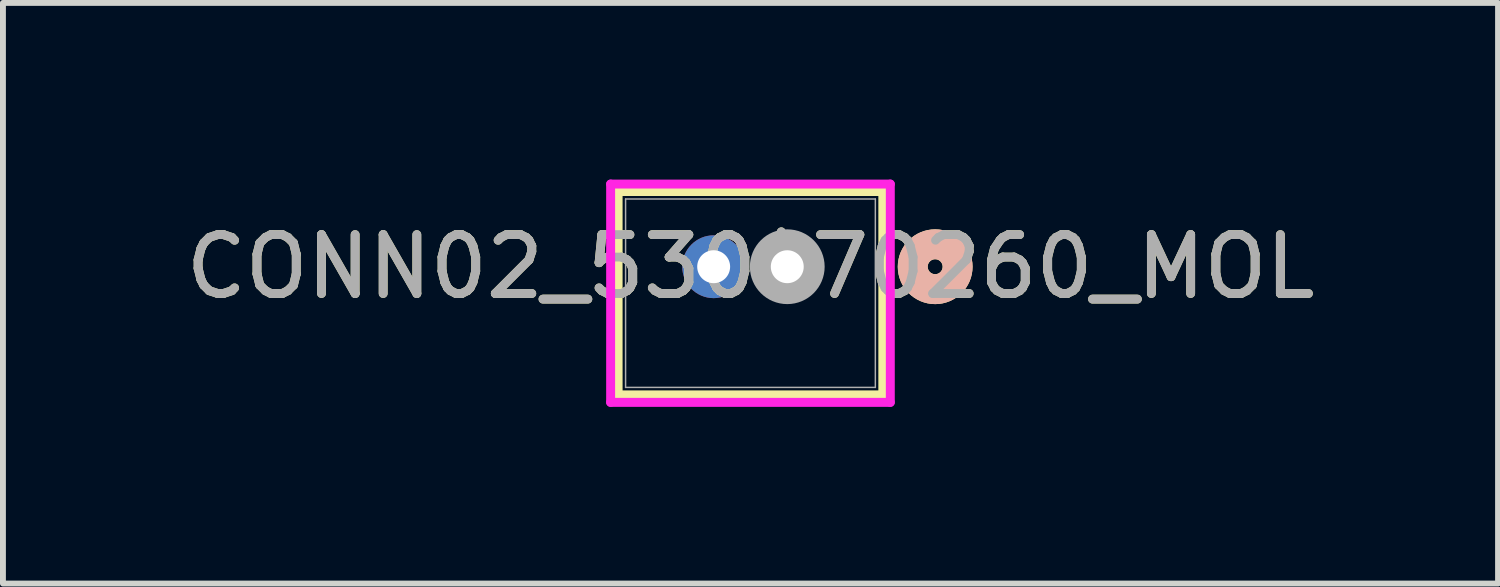
<source format=kicad_pcb>
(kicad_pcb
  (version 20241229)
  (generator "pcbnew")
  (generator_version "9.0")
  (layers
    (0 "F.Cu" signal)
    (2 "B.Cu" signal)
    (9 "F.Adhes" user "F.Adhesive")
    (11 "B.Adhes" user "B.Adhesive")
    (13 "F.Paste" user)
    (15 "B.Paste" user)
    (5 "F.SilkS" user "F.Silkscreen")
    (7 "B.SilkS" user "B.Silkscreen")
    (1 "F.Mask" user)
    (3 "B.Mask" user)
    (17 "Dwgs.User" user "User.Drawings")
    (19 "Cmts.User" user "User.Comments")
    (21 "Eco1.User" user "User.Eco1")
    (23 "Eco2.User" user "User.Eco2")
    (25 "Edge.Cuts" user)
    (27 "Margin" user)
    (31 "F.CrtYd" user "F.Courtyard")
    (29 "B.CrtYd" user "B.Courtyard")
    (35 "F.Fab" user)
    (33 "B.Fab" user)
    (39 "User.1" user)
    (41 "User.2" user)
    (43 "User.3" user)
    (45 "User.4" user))
  (footprint "CONN02_530470260_MOL"
    (layer "F.Cu")
    (at 10.321 1.48)
    (property "Reference" "CONN02_530470260_MOL" (at -0.625 0 0) (unlocked yes) (layer "F.SilkS") (effects (font (size 1 1) (thickness 0.15))))
    (attr through_hole)
    (fp_line (start -2.873 -1.277) (end -2.873 2.177) (stroke (width 0.152) (type solid)) (layer "F.SilkS"))
    (fp_line (start -2.873 2.177) (end 1.623 2.177) (stroke (width 0.152) (type solid)) (layer "F.SilkS"))
    (fp_line (start 1.623 -1.277) (end -2.873 -1.277) (stroke (width 0.152) (type solid)) (layer "F.SilkS"))
    (fp_line (start 1.623 2.177) (end 1.623 -1.277) (stroke (width 0.152) (type solid)) (layer "F.SilkS"))
    (fp_circle (center 2.512 0) (end 2.893 0) (stroke (width 0.508) (type solid)) (fill no) (layer "F.SilkS"))
    (fp_circle (center 2.512 0) (end 2.893 0) (stroke (width 0.508) (type solid)) (fill no) (layer "B.SilkS"))
    (fp_line (start -3 -1.404) (end -3 2.304) (stroke (width 0.152) (type solid)) (layer "F.CrtYd"))
    (fp_line (start -3 2.304) (end 1.75 2.304) (stroke (width 0.152) (type solid)) (layer "F.CrtYd"))
    (fp_line (start 1.75 -1.404) (end -3 -1.404) (stroke (width 0.152) (type solid)) (layer "F.CrtYd"))
    (fp_line (start 1.75 2.304) (end 1.75 -1.404) (stroke (width 0.152) (type solid)) (layer "F.CrtYd"))
    (fp_line (start -2.746 -1.15) (end -2.746 2.05) (stroke (width 0.025) (type solid)) (layer "F.Fab"))
    (fp_line (start -2.746 2.05) (end 1.496 2.05) (stroke (width 0.025) (type solid)) (layer "F.Fab"))
    (fp_line (start 1.496 -1.15) (end -2.746 -1.15) (stroke (width 0.025) (type solid)) (layer "F.Fab"))
    (fp_line (start 1.496 2.05) (end 1.496 -1.15) (stroke (width 0.025) (type solid)) (layer "F.Fab"))
    (fp_circle (center 0 0) (end 0.381 0) (stroke (width 0.508) (type solid)) (fill no) (layer "F.Fab"))
    (fp_text user "${REFERENCE}" (at -0.625 0 0) (unlocked yes) (layer "F.Fab") (effects (font (size 1 1) (thickness 0.15))))
    (pad "1" thru_hole circle (at 0 0) (size 1.067 1.067) (drill 0.559) (layers "*.Cu" "*.Mask"))
    (pad "2" thru_hole circle (at -1.25 0) (size 1.067 1.067) (drill 0.559) (layers "*.Cu" "*.Mask")))
  (gr_rect
    (start -3 -3)
    (end 22.393 6.861)
    (stroke (width 0.1) (type default))
    (fill no)
    (layer "Edge.Cuts")))
</source>
